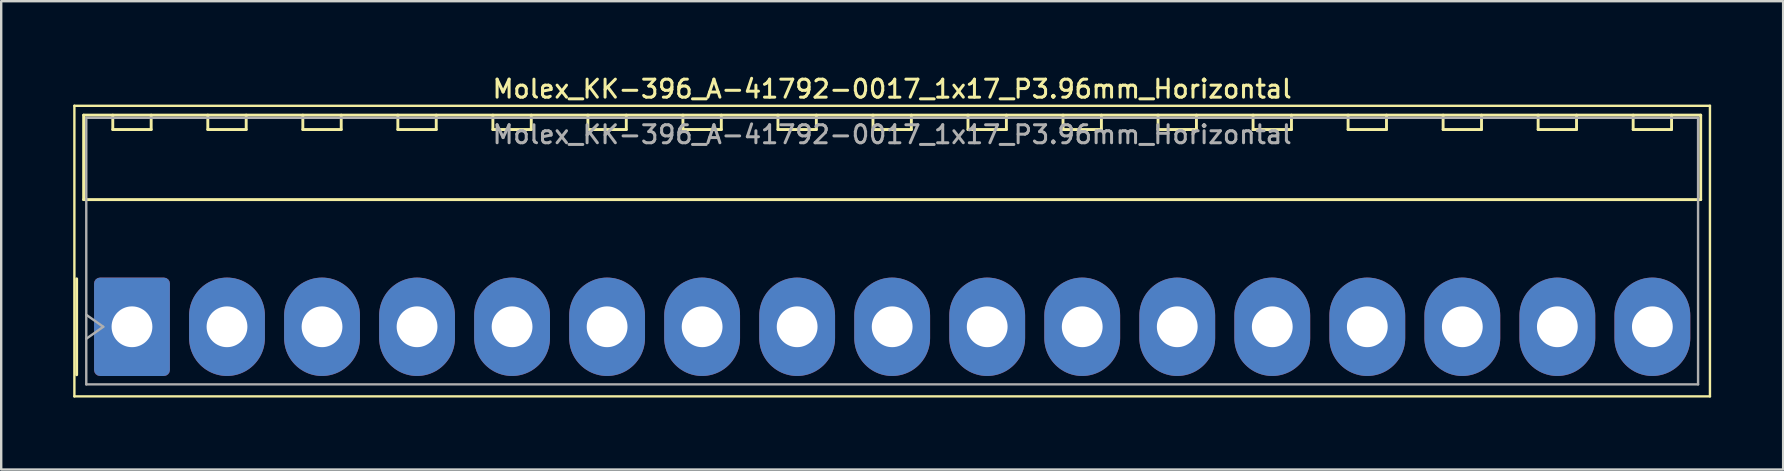
<source format=kicad_pcb>
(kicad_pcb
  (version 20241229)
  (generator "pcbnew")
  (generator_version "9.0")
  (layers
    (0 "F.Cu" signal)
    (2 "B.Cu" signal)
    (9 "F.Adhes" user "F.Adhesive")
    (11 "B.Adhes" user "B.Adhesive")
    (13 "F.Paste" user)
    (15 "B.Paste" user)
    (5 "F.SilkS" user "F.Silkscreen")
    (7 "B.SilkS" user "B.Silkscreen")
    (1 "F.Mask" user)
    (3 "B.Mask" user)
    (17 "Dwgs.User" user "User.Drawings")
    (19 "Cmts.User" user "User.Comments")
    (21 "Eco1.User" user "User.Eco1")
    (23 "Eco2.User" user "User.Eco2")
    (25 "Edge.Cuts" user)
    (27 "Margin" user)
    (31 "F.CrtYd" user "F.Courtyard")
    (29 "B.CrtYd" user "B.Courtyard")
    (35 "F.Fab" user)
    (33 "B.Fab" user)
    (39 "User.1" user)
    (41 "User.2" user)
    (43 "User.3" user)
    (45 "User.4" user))
  (footprint "Molex_KK-396_A-41792-0017_1x17_P3.96mm_Horizontal"
    (layer "F.Cu")
    (at 2.45 10.568)
    (property "Reference" "Molex_KK-396_A-41792-0017_1x17_P3.96mm_Horizontal" (at 31.68 -9.91 0) (layer "F.SilkS") (effects (font (size 0.75 0.75) (thickness 0.125))))
    (attr through_hole)
    (fp_line (start -2.4 -9.21) (end -2.4 2.9) (stroke (width 0.1) (type solid)) (layer "F.SilkS"))
    (fp_line (start -2.4 2.9) (end 65.76 2.9) (stroke (width 0.1) (type solid)) (layer "F.SilkS"))
    (fp_line (start -2.305 -2) (end -2.305 2) (stroke (width 0.12) (type solid)) (layer "F.SilkS"))
    (fp_line (start -2.015 -8.82) (end 65.375 -8.82) (stroke (width 0.12) (type solid)) (layer "F.SilkS"))
    (fp_line (start -2.015 -5.3) (end -2.015 -8.82) (stroke (width 0.12) (type solid)) (layer "F.SilkS"))
    (fp_line (start -0.8 -8.82) (end -0.8 -8.22) (stroke (width 0.12) (type solid)) (layer "F.SilkS"))
    (fp_line (start -0.8 -8.22) (end 0.8 -8.22) (stroke (width 0.12) (type solid)) (layer "F.SilkS"))
    (fp_line (start 0.8 -8.22) (end 0.8 -8.82) (stroke (width 0.12) (type solid)) (layer "F.SilkS"))
    (fp_line (start 3.16 -8.82) (end 3.16 -8.22) (stroke (width 0.12) (type solid)) (layer "F.SilkS"))
    (fp_line (start 3.16 -8.22) (end 4.76 -8.22) (stroke (width 0.12) (type solid)) (layer "F.SilkS"))
    (fp_line (start 4.76 -8.22) (end 4.76 -8.82) (stroke (width 0.12) (type solid)) (layer "F.SilkS"))
    (fp_line (start 7.12 -8.82) (end 7.12 -8.22) (stroke (width 0.12) (type solid)) (layer "F.SilkS"))
    (fp_line (start 7.12 -8.22) (end 8.72 -8.22) (stroke (width 0.12) (type solid)) (layer "F.SilkS"))
    (fp_line (start 8.72 -8.22) (end 8.72 -8.82) (stroke (width 0.12) (type solid)) (layer "F.SilkS"))
    (fp_line (start 11.08 -8.82) (end 11.08 -8.22) (stroke (width 0.12) (type solid)) (layer "F.SilkS"))
    (fp_line (start 11.08 -8.22) (end 12.68 -8.22) (stroke (width 0.12) (type solid)) (layer "F.SilkS"))
    (fp_line (start 12.68 -8.22) (end 12.68 -8.82) (stroke (width 0.12) (type solid)) (layer "F.SilkS"))
    (fp_line (start 15.04 -8.82) (end 15.04 -8.22) (stroke (width 0.12) (type solid)) (layer "F.SilkS"))
    (fp_line (start 15.04 -8.22) (end 16.64 -8.22) (stroke (width 0.12) (type solid)) (layer "F.SilkS"))
    (fp_line (start 16.64 -8.22) (end 16.64 -8.82) (stroke (width 0.12) (type solid)) (layer "F.SilkS"))
    (fp_line (start 19 -8.82) (end 19 -8.22) (stroke (width 0.12) (type solid)) (layer "F.SilkS"))
    (fp_line (start 19 -8.22) (end 20.6 -8.22) (stroke (width 0.12) (type solid)) (layer "F.SilkS"))
    (fp_line (start 20.6 -8.22) (end 20.6 -8.82) (stroke (width 0.12) (type solid)) (layer "F.SilkS"))
    (fp_line (start 22.96 -8.82) (end 22.96 -8.22) (stroke (width 0.12) (type solid)) (layer "F.SilkS"))
    (fp_line (start 22.96 -8.22) (end 24.56 -8.22) (stroke (width 0.12) (type solid)) (layer "F.SilkS"))
    (fp_line (start 24.56 -8.22) (end 24.56 -8.82) (stroke (width 0.12) (type solid)) (layer "F.SilkS"))
    (fp_line (start 26.92 -8.82) (end 26.92 -8.22) (stroke (width 0.12) (type solid)) (layer "F.SilkS"))
    (fp_line (start 26.92 -8.22) (end 28.52 -8.22) (stroke (width 0.12) (type solid)) (layer "F.SilkS"))
    (fp_line (start 28.52 -8.22) (end 28.52 -8.82) (stroke (width 0.12) (type solid)) (layer "F.SilkS"))
    (fp_line (start 30.88 -8.82) (end 30.88 -8.22) (stroke (width 0.12) (type solid)) (layer "F.SilkS"))
    (fp_line (start 30.88 -8.22) (end 32.48 -8.22) (stroke (width 0.12) (type solid)) (layer "F.SilkS"))
    (fp_line (start 32.48 -8.22) (end 32.48 -8.82) (stroke (width 0.12) (type solid)) (layer "F.SilkS"))
    (fp_line (start 34.84 -8.82) (end 34.84 -8.22) (stroke (width 0.12) (type solid)) (layer "F.SilkS"))
    (fp_line (start 34.84 -8.22) (end 36.44 -8.22) (stroke (width 0.12) (type solid)) (layer "F.SilkS"))
    (fp_line (start 36.44 -8.22) (end 36.44 -8.82) (stroke (width 0.12) (type solid)) (layer "F.SilkS"))
    (fp_line (start 38.8 -8.82) (end 38.8 -8.22) (stroke (width 0.12) (type solid)) (layer "F.SilkS"))
    (fp_line (start 38.8 -8.22) (end 40.4 -8.22) (stroke (width 0.12) (type solid)) (layer "F.SilkS"))
    (fp_line (start 40.4 -8.22) (end 40.4 -8.82) (stroke (width 0.12) (type solid)) (layer "F.SilkS"))
    (fp_line (start 42.76 -8.82) (end 42.76 -8.22) (stroke (width 0.12) (type solid)) (layer "F.SilkS"))
    (fp_line (start 42.76 -8.22) (end 44.36 -8.22) (stroke (width 0.12) (type solid)) (layer "F.SilkS"))
    (fp_line (start 44.36 -8.22) (end 44.36 -8.82) (stroke (width 0.12) (type solid)) (layer "F.SilkS"))
    (fp_line (start 46.72 -8.82) (end 46.72 -8.22) (stroke (width 0.12) (type solid)) (layer "F.SilkS"))
    (fp_line (start 46.72 -8.22) (end 48.32 -8.22) (stroke (width 0.12) (type solid)) (layer "F.SilkS"))
    (fp_line (start 48.32 -8.22) (end 48.32 -8.82) (stroke (width 0.12) (type solid)) (layer "F.SilkS"))
    (fp_line (start 50.68 -8.82) (end 50.68 -8.22) (stroke (width 0.12) (type solid)) (layer "F.SilkS"))
    (fp_line (start 50.68 -8.22) (end 52.28 -8.22) (stroke (width 0.12) (type solid)) (layer "F.SilkS"))
    (fp_line (start 52.28 -8.22) (end 52.28 -8.82) (stroke (width 0.12) (type solid)) (layer "F.SilkS"))
    (fp_line (start 54.64 -8.82) (end 54.64 -8.22) (stroke (width 0.12) (type solid)) (layer "F.SilkS"))
    (fp_line (start 54.64 -8.22) (end 56.24 -8.22) (stroke (width 0.12) (type solid)) (layer "F.SilkS"))
    (fp_line (start 56.24 -8.22) (end 56.24 -8.82) (stroke (width 0.12) (type solid)) (layer "F.SilkS"))
    (fp_line (start 58.6 -8.82) (end 58.6 -8.22) (stroke (width 0.12) (type solid)) (layer "F.SilkS"))
    (fp_line (start 58.6 -8.22) (end 60.2 -8.22) (stroke (width 0.12) (type solid)) (layer "F.SilkS"))
    (fp_line (start 60.2 -8.22) (end 60.2 -8.82) (stroke (width 0.12) (type solid)) (layer "F.SilkS"))
    (fp_line (start 62.56 -8.82) (end 62.56 -8.22) (stroke (width 0.12) (type solid)) (layer "F.SilkS"))
    (fp_line (start 62.56 -8.22) (end 64.16 -8.22) (stroke (width 0.12) (type solid)) (layer "F.SilkS"))
    (fp_line (start 64.16 -8.22) (end 64.16 -8.82) (stroke (width 0.12) (type solid)) (layer "F.SilkS"))
    (fp_line (start 65.375 -8.82) (end 65.375 -5.3) (stroke (width 0.12) (type solid)) (layer "F.SilkS"))
    (fp_line (start 65.375 -5.3) (end -2.015 -5.3) (stroke (width 0.12) (type solid)) (layer "F.SilkS"))
    (fp_line (start 65.76 -9.21) (end -2.4 -9.21) (stroke (width 0.1) (type solid)) (layer "F.SilkS"))
    (fp_line (start 65.76 2.9) (end 65.76 -9.21) (stroke (width 0.1) (type solid)) (layer "F.SilkS"))
    (fp_line (start -1.905 -8.71) (end 65.265 -8.71) (stroke (width 0.1) (type solid)) (layer "F.Fab"))
    (fp_line (start -1.905 -0.5) (end -1.198 0) (stroke (width 0.1) (type solid)) (layer "F.Fab"))
    (fp_line (start -1.905 2.4) (end -1.905 -8.71) (stroke (width 0.1) (type solid)) (layer "F.Fab"))
    (fp_line (start -1.198 0) (end -1.905 0.5) (stroke (width 0.1) (type solid)) (layer "F.Fab"))
    (fp_line (start 65.265 -8.71) (end 65.265 2.4) (stroke (width 0.1) (type solid)) (layer "F.Fab"))
    (fp_line (start 65.265 2.4) (end -1.905 2.4) (stroke (width 0.1) (type solid)) (layer "F.Fab"))
    (fp_text user "${REFERENCE}" (at 31.68 -8.01 0) (layer "F.Fab") (effects (font (size 0.75 0.75) (thickness 0.125))))
    (pad "1" thru_hole roundrect (at 0 0) (size 3.16 4.1) (drill 1.7) (layers "*.Cu" "*.Mask") (roundrect_rratio 0.079))
    (pad "2" thru_hole oval (at 3.96 0) (size 3.16 4.1) (drill 1.7) (layers "*.Cu" "*.Mask"))
    (pad "3" thru_hole oval (at 7.92 0) (size 3.16 4.1) (drill 1.7) (layers "*.Cu" "*.Mask"))
    (pad "4" thru_hole oval (at 11.88 0) (size 3.16 4.1) (drill 1.7) (layers "*.Cu" "*.Mask"))
    (pad "5" thru_hole oval (at 15.84 0) (size 3.16 4.1) (drill 1.7) (layers "*.Cu" "*.Mask"))
    (pad "6" thru_hole oval (at 19.8 0) (size 3.16 4.1) (drill 1.7) (layers "*.Cu" "*.Mask"))
    (pad "7" thru_hole oval (at 23.76 0) (size 3.16 4.1) (drill 1.7) (layers "*.Cu" "*.Mask"))
    (pad "8" thru_hole oval (at 27.72 0) (size 3.16 4.1) (drill 1.7) (layers "*.Cu" "*.Mask"))
    (pad "9" thru_hole oval (at 31.68 0) (size 3.16 4.1) (drill 1.7) (layers "*.Cu" "*.Mask"))
    (pad "10" thru_hole oval (at 35.64 0) (size 3.16 4.1) (drill 1.7) (layers "*.Cu" "*.Mask"))
    (pad "11" thru_hole oval (at 39.6 0) (size 3.16 4.1) (drill 1.7) (layers "*.Cu" "*.Mask"))
    (pad "12" thru_hole oval (at 43.56 0) (size 3.16 4.1) (drill 1.7) (layers "*.Cu" "*.Mask"))
    (pad "13" thru_hole oval (at 47.52 0) (size 3.16 4.1) (drill 1.7) (layers "*.Cu" "*.Mask"))
    (pad "14" thru_hole oval (at 51.48 0) (size 3.16 4.1) (drill 1.7) (layers "*.Cu" "*.Mask"))
    (pad "15" thru_hole oval (at 55.44 0) (size 3.16 4.1) (drill 1.7) (layers "*.Cu" "*.Mask"))
    (pad "16" thru_hole oval (at 59.4 0) (size 3.16 4.1) (drill 1.7) (layers "*.Cu" "*.Mask"))
    (pad "17" thru_hole oval (at 63.36 0) (size 3.16 4.1) (drill 1.7) (layers "*.Cu" "*.Mask")))
  (gr_rect
    (start -3 -3)
    (end 71.26 16.518)
    (stroke (width 0.1) (type default))
    (fill no)
    (layer "Edge.Cuts")))
</source>
